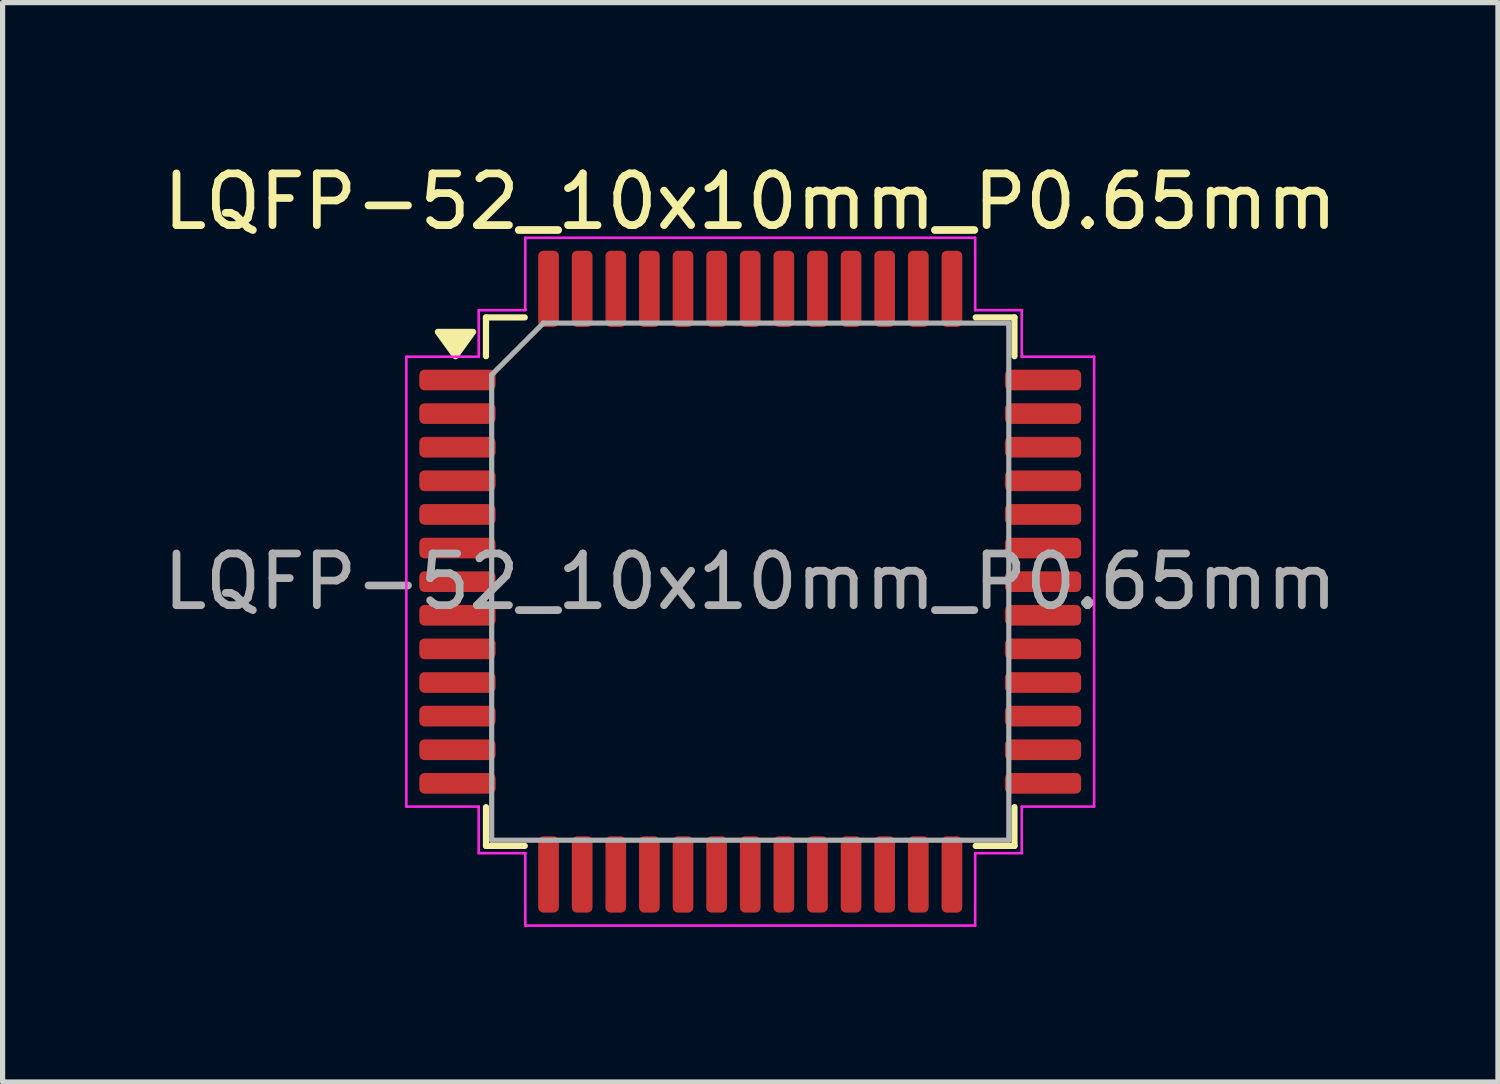
<source format=kicad_pcb>
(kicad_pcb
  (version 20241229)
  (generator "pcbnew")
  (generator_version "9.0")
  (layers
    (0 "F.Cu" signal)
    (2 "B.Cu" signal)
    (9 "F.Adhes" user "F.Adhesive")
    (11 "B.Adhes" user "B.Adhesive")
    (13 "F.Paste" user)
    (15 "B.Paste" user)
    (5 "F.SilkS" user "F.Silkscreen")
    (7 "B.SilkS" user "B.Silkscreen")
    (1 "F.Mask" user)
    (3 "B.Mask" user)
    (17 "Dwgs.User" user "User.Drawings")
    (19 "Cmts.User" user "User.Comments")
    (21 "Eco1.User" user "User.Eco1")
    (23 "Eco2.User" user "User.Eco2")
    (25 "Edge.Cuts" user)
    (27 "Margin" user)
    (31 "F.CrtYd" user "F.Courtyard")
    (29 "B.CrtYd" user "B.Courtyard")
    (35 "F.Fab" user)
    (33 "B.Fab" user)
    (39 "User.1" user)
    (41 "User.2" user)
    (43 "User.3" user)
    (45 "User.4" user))
  (footprint "LQFP-52_10x10mm_P0.65mm"
    (layer "F.Cu")
    (at 11.458 8.198)
    (property "Reference" "LQFP-52_10x10mm_P0.65mm" (at 0 -7.35 0) (layer "F.SilkS") (effects (font (size 1 1) (thickness 0.15))))
    (attr smd)
    (fp_line (start -5.11 -5.11) (end -5.11 -4.36) (stroke (width 0.12) (type solid)) (layer "F.SilkS"))
    (fp_line (start -5.11 5.11) (end -5.11 4.36) (stroke (width 0.12) (type solid)) (layer "F.SilkS"))
    (fp_line (start -4.36 -5.11) (end -5.11 -5.11) (stroke (width 0.12) (type solid)) (layer "F.SilkS"))
    (fp_line (start -4.36 5.11) (end -5.11 5.11) (stroke (width 0.12) (type solid)) (layer "F.SilkS"))
    (fp_line (start 4.36 -5.11) (end 5.11 -5.11) (stroke (width 0.12) (type solid)) (layer "F.SilkS"))
    (fp_line (start 4.36 5.11) (end 5.11 5.11) (stroke (width 0.12) (type solid)) (layer "F.SilkS"))
    (fp_line (start 5.11 -5.11) (end 5.11 -4.36) (stroke (width 0.12) (type solid)) (layer "F.SilkS"))
    (fp_line (start 5.11 5.11) (end 5.11 4.36) (stroke (width 0.12) (type solid)) (layer "F.SilkS"))
    (fp_poly (pts (xy -5.7 -4.36) (xy -6.04 -4.83) (xy -5.36 -4.83)) (stroke (width 0.12) (type solid)) (fill yes) (layer "F.SilkS"))
    (fp_line (start -6.65 -4.35) (end -5.25 -4.35) (stroke (width 0.05) (type solid)) (layer "F.CrtYd"))
    (fp_line (start -6.65 4.35) (end -6.65 -4.35) (stroke (width 0.05) (type solid)) (layer "F.CrtYd"))
    (fp_line (start -5.25 -5.25) (end -4.35 -5.25) (stroke (width 0.05) (type solid)) (layer "F.CrtYd"))
    (fp_line (start -5.25 -4.35) (end -5.25 -5.25) (stroke (width 0.05) (type solid)) (layer "F.CrtYd"))
    (fp_line (start -5.25 4.35) (end -6.65 4.35) (stroke (width 0.05) (type solid)) (layer "F.CrtYd"))
    (fp_line (start -5.25 5.25) (end -5.25 4.35) (stroke (width 0.05) (type solid)) (layer "F.CrtYd"))
    (fp_line (start -4.35 -6.65) (end 4.35 -6.65) (stroke (width 0.05) (type solid)) (layer "F.CrtYd"))
    (fp_line (start -4.35 -5.25) (end -4.35 -6.65) (stroke (width 0.05) (type solid)) (layer "F.CrtYd"))
    (fp_line (start -4.35 5.25) (end -5.25 5.25) (stroke (width 0.05) (type solid)) (layer "F.CrtYd"))
    (fp_line (start -4.35 6.65) (end -4.35 5.25) (stroke (width 0.05) (type solid)) (layer "F.CrtYd"))
    (fp_line (start 4.35 -6.65) (end 4.35 -5.25) (stroke (width 0.05) (type solid)) (layer "F.CrtYd"))
    (fp_line (start 4.35 -5.25) (end 5.25 -5.25) (stroke (width 0.05) (type solid)) (layer "F.CrtYd"))
    (fp_line (start 4.35 5.25) (end 4.35 6.65) (stroke (width 0.05) (type solid)) (layer "F.CrtYd"))
    (fp_line (start 4.35 6.65) (end -4.35 6.65) (stroke (width 0.05) (type solid)) (layer "F.CrtYd"))
    (fp_line (start 5.25 -5.25) (end 5.25 -4.35) (stroke (width 0.05) (type solid)) (layer "F.CrtYd"))
    (fp_line (start 5.25 -4.35) (end 6.65 -4.35) (stroke (width 0.05) (type solid)) (layer "F.CrtYd"))
    (fp_line (start 5.25 4.35) (end 5.25 5.25) (stroke (width 0.05) (type solid)) (layer "F.CrtYd"))
    (fp_line (start 5.25 5.25) (end 4.35 5.25) (stroke (width 0.05) (type solid)) (layer "F.CrtYd"))
    (fp_line (start 6.65 -4.35) (end 6.65 4.35) (stroke (width 0.05) (type solid)) (layer "F.CrtYd"))
    (fp_line (start 6.65 4.35) (end 5.25 4.35) (stroke (width 0.05) (type solid)) (layer "F.CrtYd"))
    (fp_line (start -5 -4) (end -4 -5) (stroke (width 0.1) (type solid)) (layer "F.Fab"))
    (fp_line (start -5 5) (end -5 -4) (stroke (width 0.1) (type solid)) (layer "F.Fab"))
    (fp_line (start -4 -5) (end 5 -5) (stroke (width 0.1) (type solid)) (layer "F.Fab"))
    (fp_line (start 5 -5) (end 5 5) (stroke (width 0.1) (type solid)) (layer "F.Fab"))
    (fp_line (start 5 5) (end -5 5) (stroke (width 0.1) (type solid)) (layer "F.Fab"))
    (fp_text user "${REFERENCE}" (at 0 0 0) (layer "F.Fab") (effects (font (size 1 1) (thickness 0.15))))
    (pad "1" smd roundrect (at -5.662 -3.9) (size 1.475 0.4) (layers "F.Cu" "F.Mask" "F.Paste") (roundrect_rratio 0.25))
    (pad "2" smd roundrect (at -5.662 -3.25) (size 1.475 0.4) (layers "F.Cu" "F.Mask" "F.Paste") (roundrect_rratio 0.25))
    (pad "3" smd roundrect (at -5.662 -2.6) (size 1.475 0.4) (layers "F.Cu" "F.Mask" "F.Paste") (roundrect_rratio 0.25))
    (pad "4" smd roundrect (at -5.662 -1.95) (size 1.475 0.4) (layers "F.Cu" "F.Mask" "F.Paste") (roundrect_rratio 0.25))
    (pad "5" smd roundrect (at -5.662 -1.3) (size 1.475 0.4) (layers "F.Cu" "F.Mask" "F.Paste") (roundrect_rratio 0.25))
    (pad "6" smd roundrect (at -5.662 -0.65) (size 1.475 0.4) (layers "F.Cu" "F.Mask" "F.Paste") (roundrect_rratio 0.25))
    (pad "7" smd roundrect (at -5.662 0) (size 1.475 0.4) (layers "F.Cu" "F.Mask" "F.Paste") (roundrect_rratio 0.25))
    (pad "8" smd roundrect (at -5.662 0.65) (size 1.475 0.4) (layers "F.Cu" "F.Mask" "F.Paste") (roundrect_rratio 0.25))
    (pad "9" smd roundrect (at -5.662 1.3) (size 1.475 0.4) (layers "F.Cu" "F.Mask" "F.Paste") (roundrect_rratio 0.25))
    (pad "10" smd roundrect (at -5.662 1.95) (size 1.475 0.4) (layers "F.Cu" "F.Mask" "F.Paste") (roundrect_rratio 0.25))
    (pad "11" smd roundrect (at -5.662 2.6) (size 1.475 0.4) (layers "F.Cu" "F.Mask" "F.Paste") (roundrect_rratio 0.25))
    (pad "12" smd roundrect (at -5.662 3.25) (size 1.475 0.4) (layers "F.Cu" "F.Mask" "F.Paste") (roundrect_rratio 0.25))
    (pad "13" smd roundrect (at -5.662 3.9) (size 1.475 0.4) (layers "F.Cu" "F.Mask" "F.Paste") (roundrect_rratio 0.25))
    (pad "14" smd roundrect (at -3.9 5.662) (size 0.4 1.475) (layers "F.Cu" "F.Mask" "F.Paste") (roundrect_rratio 0.25))
    (pad "15" smd roundrect (at -3.25 5.662) (size 0.4 1.475) (layers "F.Cu" "F.Mask" "F.Paste") (roundrect_rratio 0.25))
    (pad "16" smd roundrect (at -2.6 5.662) (size 0.4 1.475) (layers "F.Cu" "F.Mask" "F.Paste") (roundrect_rratio 0.25))
    (pad "17" smd roundrect (at -1.95 5.662) (size 0.4 1.475) (layers "F.Cu" "F.Mask" "F.Paste") (roundrect_rratio 0.25))
    (pad "18" smd roundrect (at -1.3 5.662) (size 0.4 1.475) (layers "F.Cu" "F.Mask" "F.Paste") (roundrect_rratio 0.25))
    (pad "19" smd roundrect (at -0.65 5.662) (size 0.4 1.475) (layers "F.Cu" "F.Mask" "F.Paste") (roundrect_rratio 0.25))
    (pad "20" smd roundrect (at 0 5.662) (size 0.4 1.475) (layers "F.Cu" "F.Mask" "F.Paste") (roundrect_rratio 0.25))
    (pad "21" smd roundrect (at 0.65 5.662) (size 0.4 1.475) (layers "F.Cu" "F.Mask" "F.Paste") (roundrect_rratio 0.25))
    (pad "22" smd roundrect (at 1.3 5.662) (size 0.4 1.475) (layers "F.Cu" "F.Mask" "F.Paste") (roundrect_rratio 0.25))
    (pad "23" smd roundrect (at 1.95 5.662) (size 0.4 1.475) (layers "F.Cu" "F.Mask" "F.Paste") (roundrect_rratio 0.25))
    (pad "24" smd roundrect (at 2.6 5.662) (size 0.4 1.475) (layers "F.Cu" "F.Mask" "F.Paste") (roundrect_rratio 0.25))
    (pad "25" smd roundrect (at 3.25 5.662) (size 0.4 1.475) (layers "F.Cu" "F.Mask" "F.Paste") (roundrect_rratio 0.25))
    (pad "26" smd roundrect (at 3.9 5.662) (size 0.4 1.475) (layers "F.Cu" "F.Mask" "F.Paste") (roundrect_rratio 0.25))
    (pad "27" smd roundrect (at 5.662 3.9) (size 1.475 0.4) (layers "F.Cu" "F.Mask" "F.Paste") (roundrect_rratio 0.25))
    (pad "28" smd roundrect (at 5.662 3.25) (size 1.475 0.4) (layers "F.Cu" "F.Mask" "F.Paste") (roundrect_rratio 0.25))
    (pad "29" smd roundrect (at 5.662 2.6) (size 1.475 0.4) (layers "F.Cu" "F.Mask" "F.Paste") (roundrect_rratio 0.25))
    (pad "30" smd roundrect (at 5.662 1.95) (size 1.475 0.4) (layers "F.Cu" "F.Mask" "F.Paste") (roundrect_rratio 0.25))
    (pad "31" smd roundrect (at 5.662 1.3) (size 1.475 0.4) (layers "F.Cu" "F.Mask" "F.Paste") (roundrect_rratio 0.25))
    (pad "32" smd roundrect (at 5.662 0.65) (size 1.475 0.4) (layers "F.Cu" "F.Mask" "F.Paste") (roundrect_rratio 0.25))
    (pad "33" smd roundrect (at 5.662 0) (size 1.475 0.4) (layers "F.Cu" "F.Mask" "F.Paste") (roundrect_rratio 0.25))
    (pad "34" smd roundrect (at 5.662 -0.65) (size 1.475 0.4) (layers "F.Cu" "F.Mask" "F.Paste") (roundrect_rratio 0.25))
    (pad "35" smd roundrect (at 5.662 -1.3) (size 1.475 0.4) (layers "F.Cu" "F.Mask" "F.Paste") (roundrect_rratio 0.25))
    (pad "36" smd roundrect (at 5.662 -1.95) (size 1.475 0.4) (layers "F.Cu" "F.Mask" "F.Paste") (roundrect_rratio 0.25))
    (pad "37" smd roundrect (at 5.662 -2.6) (size 1.475 0.4) (layers "F.Cu" "F.Mask" "F.Paste") (roundrect_rratio 0.25))
    (pad "38" smd roundrect (at 5.662 -3.25) (size 1.475 0.4) (layers "F.Cu" "F.Mask" "F.Paste") (roundrect_rratio 0.25))
    (pad "39" smd roundrect (at 5.662 -3.9) (size 1.475 0.4) (layers "F.Cu" "F.Mask" "F.Paste") (roundrect_rratio 0.25))
    (pad "40" smd roundrect (at 3.9 -5.662) (size 0.4 1.475) (layers "F.Cu" "F.Mask" "F.Paste") (roundrect_rratio 0.25))
    (pad "41" smd roundrect (at 3.25 -5.662) (size 0.4 1.475) (layers "F.Cu" "F.Mask" "F.Paste") (roundrect_rratio 0.25))
    (pad "42" smd roundrect (at 2.6 -5.662) (size 0.4 1.475) (layers "F.Cu" "F.Mask" "F.Paste") (roundrect_rratio 0.25))
    (pad "43" smd roundrect (at 1.95 -5.662) (size 0.4 1.475) (layers "F.Cu" "F.Mask" "F.Paste") (roundrect_rratio 0.25))
    (pad "44" smd roundrect (at 1.3 -5.662) (size 0.4 1.475) (layers "F.Cu" "F.Mask" "F.Paste") (roundrect_rratio 0.25))
    (pad "45" smd roundrect (at 0.65 -5.662) (size 0.4 1.475) (layers "F.Cu" "F.Mask" "F.Paste") (roundrect_rratio 0.25))
    (pad "46" smd roundrect (at 0 -5.662) (size 0.4 1.475) (layers "F.Cu" "F.Mask" "F.Paste") (roundrect_rratio 0.25))
    (pad "47" smd roundrect (at -0.65 -5.662) (size 0.4 1.475) (layers "F.Cu" "F.Mask" "F.Paste") (roundrect_rratio 0.25))
    (pad "48" smd roundrect (at -1.3 -5.662) (size 0.4 1.475) (layers "F.Cu" "F.Mask" "F.Paste") (roundrect_rratio 0.25))
    (pad "49" smd roundrect (at -1.95 -5.662) (size 0.4 1.475) (layers "F.Cu" "F.Mask" "F.Paste") (roundrect_rratio 0.25))
    (pad "50" smd roundrect (at -2.6 -5.662) (size 0.4 1.475) (layers "F.Cu" "F.Mask" "F.Paste") (roundrect_rratio 0.25))
    (pad "51" smd roundrect (at -3.25 -5.662) (size 0.4 1.475) (layers "F.Cu" "F.Mask" "F.Paste") (roundrect_rratio 0.25))
    (pad "52" smd roundrect (at -3.9 -5.662) (size 0.4 1.475) (layers "F.Cu" "F.Mask" "F.Paste") (roundrect_rratio 0.25)))
  (gr_rect
    (start -3 -3)
    (end 25.917 17.873)
    (stroke (width 0.1) (type default))
    (fill no)
    (layer "Edge.Cuts")))
</source>
